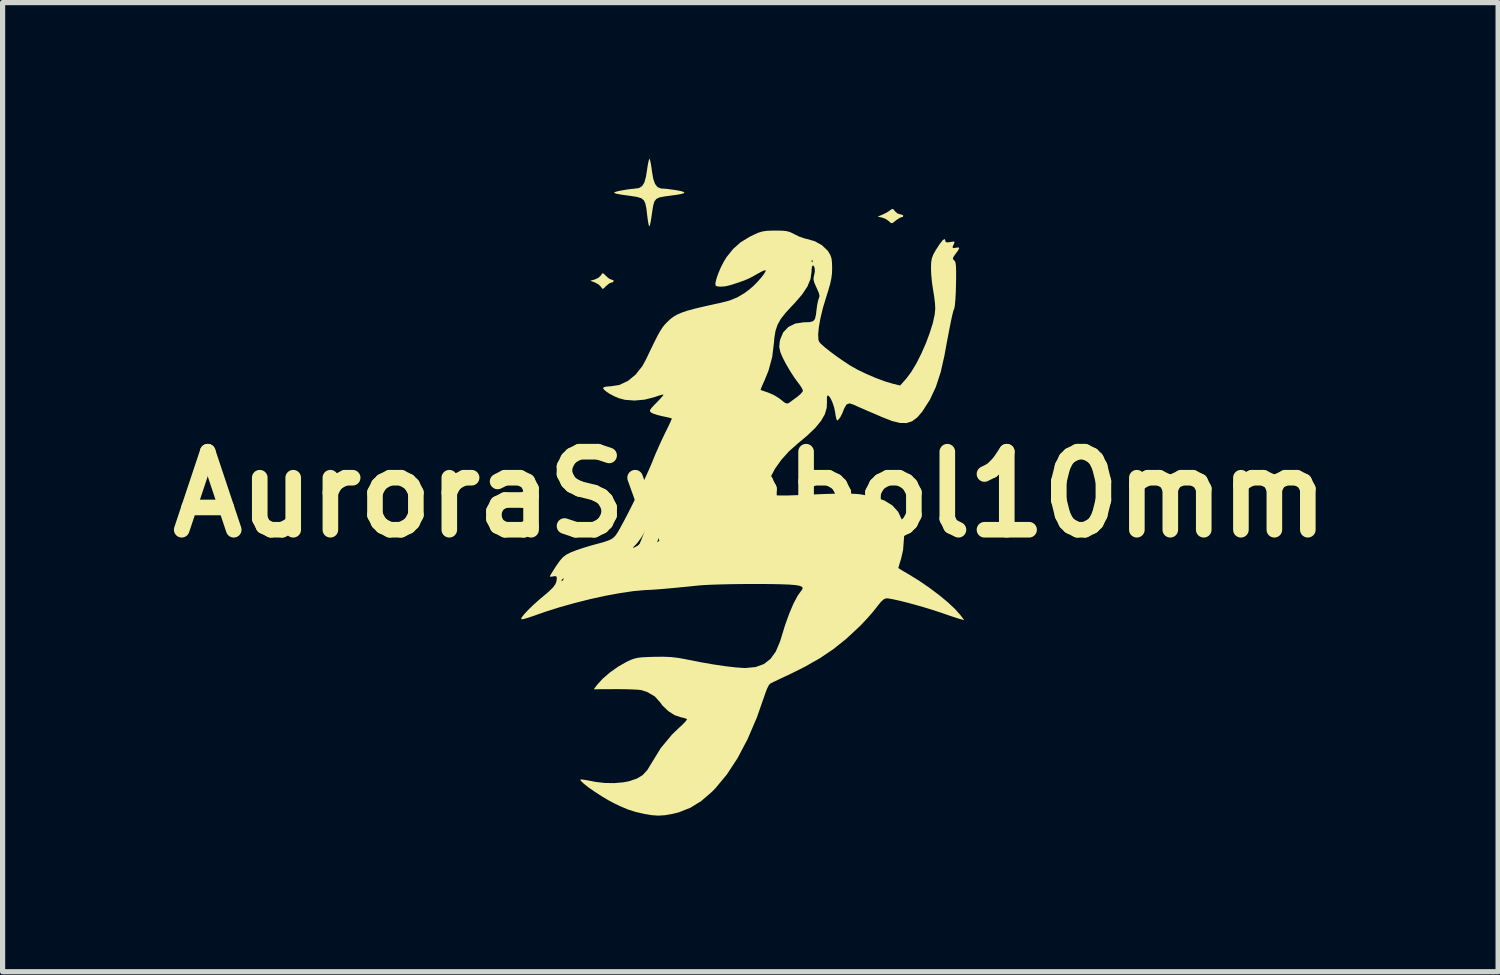
<source format=kicad_pcb>
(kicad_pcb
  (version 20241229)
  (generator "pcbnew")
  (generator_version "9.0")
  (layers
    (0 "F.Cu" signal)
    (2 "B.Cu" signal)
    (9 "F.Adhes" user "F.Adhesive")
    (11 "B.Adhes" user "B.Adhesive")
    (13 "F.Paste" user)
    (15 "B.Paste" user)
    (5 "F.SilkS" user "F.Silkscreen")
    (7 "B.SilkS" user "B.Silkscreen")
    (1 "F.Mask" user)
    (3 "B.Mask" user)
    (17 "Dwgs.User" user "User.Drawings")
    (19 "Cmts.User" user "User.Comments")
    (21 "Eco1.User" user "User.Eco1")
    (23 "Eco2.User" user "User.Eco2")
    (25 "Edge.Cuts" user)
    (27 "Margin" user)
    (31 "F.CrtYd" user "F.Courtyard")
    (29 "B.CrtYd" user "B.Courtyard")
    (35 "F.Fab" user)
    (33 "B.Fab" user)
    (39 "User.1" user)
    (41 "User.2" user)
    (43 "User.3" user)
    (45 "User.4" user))
  (footprint "AuroraSymbol10mm"
    (layer "F.Cu")
    (at 11.371 6.453)
    (property "Reference" "AuroraSymbol10mm" (at 0 0 0) (layer "F.SilkS") (effects (font (size 1.5 1.5) (thickness 0.3))))
    (attr board_only exclude_from_pos_files exclude_from_bom)
    (fp_poly (pts (xy 2.755 -5.476) (xy 2.777 -5.446) (xy 2.827 -5.401) (xy 2.871 -5.386) (xy 2.922 -5.373) (xy 2.939 -5.359) (xy 2.933 -5.335) (xy 2.916 -5.332) (xy 2.869 -5.315) (xy 2.807 -5.274) (xy 2.795 -5.264) (xy 2.741 -5.221) (xy 2.709 -5.213) (xy 2.679 -5.235) (xy 2.667 -5.249) (xy 2.605 -5.293) (xy 2.533 -5.321) (xy 2.447 -5.34) (xy 2.543 -5.379) (xy 2.621 -5.418) (xy 2.683 -5.458) (xy 2.687 -5.462) (xy 2.726 -5.489)) (stroke (width 0) (type solid)) (fill yes) (layer "F.SilkS"))
    (fp_poly (pts (xy -2.786 -4.211) (xy -2.774 -4.199) (xy -2.719 -4.151) (xy -2.671 -4.129) (xy -2.667 -4.129) (xy -2.63 -4.114) (xy -2.625 -4.101) (xy -2.647 -4.077) (xy -2.667 -4.074) (xy -2.713 -4.055) (xy -2.769 -4.009) (xy -2.774 -4.004) (xy -2.819 -3.959) (xy -2.844 -3.952) (xy -2.865 -3.98) (xy -2.868 -3.987) (xy -2.913 -4.033) (xy -2.982 -4.072) (xy -2.986 -4.074) (xy -3.076 -4.107) (xy -2.988 -4.132) (xy -2.917 -4.166) (xy -2.87 -4.212) (xy -2.869 -4.213) (xy -2.847 -4.248) (xy -2.825 -4.248)) (stroke (width 0) (type solid)) (fill yes) (layer "F.SilkS"))
    (fp_poly (pts (xy -1.928 -6.427) (xy -1.913 -6.36) (xy -1.897 -6.263) (xy -1.891 -6.213) (xy -1.866 -6.066) (xy -1.831 -5.967) (xy -1.784 -5.907) (xy -1.718 -5.881) (xy -1.677 -5.878) (xy -1.616 -5.874) (xy -1.523 -5.862) (xy -1.418 -5.847) (xy -1.319 -5.827) (xy -1.27 -5.809) (xy -1.274 -5.792) (xy -1.329 -5.774) (xy -1.438 -5.756) (xy -1.52 -5.745) (xy -1.653 -5.727) (xy -1.746 -5.709) (xy -1.807 -5.679) (xy -1.845 -5.629) (xy -1.868 -5.549) (xy -1.887 -5.429) (xy -1.899 -5.345) (xy -1.914 -5.248) (xy -1.929 -5.18) (xy -1.942 -5.152) (xy -1.945 -5.154) (xy -1.957 -5.194) (xy -1.97 -5.271) (xy -1.98 -5.345) (xy -1.997 -5.49) (xy -2.017 -5.589) (xy -2.047 -5.654) (xy -2.098 -5.694) (xy -2.178 -5.718) (xy -2.296 -5.737) (xy -2.343 -5.743) (xy -2.485 -5.763) (xy -2.575 -5.78) (xy -2.616 -5.795) (xy -2.61 -5.809) (xy -2.56 -5.825) (xy -2.488 -5.84) (xy -2.381 -5.859) (xy -2.282 -5.872) (xy -2.225 -5.877) (xy -2.14 -5.889) (xy -2.08 -5.926) (xy -2.037 -5.996) (xy -2.006 -6.108) (xy -1.989 -6.213) (xy -1.973 -6.32) (xy -1.957 -6.402) (xy -1.943 -6.447) (xy -1.939 -6.453)) (stroke (width 0) (type solid)) (fill yes) (layer "F.SilkS"))
    (fp_poly (pts (xy 0.604 -5.07) (xy 0.691 -5.062) (xy 0.759 -5.044) (xy 0.824 -5.014) (xy 0.848 -5.001) (xy 0.943 -4.954) (xy 1.04 -4.921) (xy 1.075 -4.913) (xy 1.236 -4.868) (xy 1.377 -4.79) (xy 1.484 -4.688) (xy 1.499 -4.667) (xy 1.538 -4.6) (xy 1.56 -4.535) (xy 1.57 -4.451) (xy 1.572 -4.349) (xy 1.569 -4.249) (xy 1.557 -4.153) (xy 1.534 -4.046) (xy 1.496 -3.913) (xy 1.454 -3.78) (xy 1.394 -3.582) (xy 1.349 -3.394) (xy 1.318 -3.225) (xy 1.304 -3.084) (xy 1.308 -2.98) (xy 1.319 -2.939) (xy 1.353 -2.897) (xy 1.426 -2.832) (xy 1.528 -2.751) (xy 1.652 -2.659) (xy 1.788 -2.564) (xy 1.925 -2.474) (xy 2.06 -2.398) (xy 2.228 -2.317) (xy 2.41 -2.239) (xy 2.585 -2.174) (xy 2.731 -2.13) (xy 2.879 -2.093) (xy 2.999 -2.229) (xy 3.093 -2.355) (xy 3.191 -2.518) (xy 3.286 -2.706) (xy 3.374 -2.906) (xy 3.449 -3.107) (xy 3.508 -3.296) (xy 3.544 -3.463) (xy 3.554 -3.572) (xy 3.549 -3.671) (xy 3.534 -3.797) (xy 3.514 -3.923) (xy 3.513 -3.928) (xy 3.492 -4.067) (xy 3.477 -4.219) (xy 3.472 -4.344) (xy 3.475 -4.456) (xy 3.488 -4.537) (xy 3.516 -4.611) (xy 3.566 -4.7) (xy 3.568 -4.703) (xy 3.642 -4.817) (xy 3.697 -4.886) (xy 3.732 -4.91) (xy 3.746 -4.885) (xy 3.746 -4.881) (xy 3.755 -4.851) (xy 3.791 -4.844) (xy 3.843 -4.852) (xy 3.906 -4.861) (xy 3.926 -4.853) (xy 3.915 -4.821) (xy 3.912 -4.815) (xy 3.886 -4.757) (xy 3.897 -4.734) (xy 3.948 -4.741) (xy 3.951 -4.741) (xy 4.001 -4.749) (xy 4.015 -4.734) (xy 3.993 -4.69) (xy 3.946 -4.626) (xy 3.903 -4.565) (xy 3.892 -4.529) (xy 3.91 -4.504) (xy 3.917 -4.499) (xy 3.934 -4.48) (xy 3.945 -4.444) (xy 3.952 -4.384) (xy 3.955 -4.292) (xy 3.955 -4.158) (xy 3.953 -4.045) (xy 3.949 -3.894) (xy 3.942 -3.76) (xy 3.933 -3.653) (xy 3.923 -3.585) (xy 3.917 -3.568) (xy 3.905 -3.538) (xy 3.891 -3.487) (xy 3.873 -3.41) (xy 3.85 -3.301) (xy 3.821 -3.154) (xy 3.785 -2.966) (xy 3.741 -2.729) (xy 3.733 -2.681) (xy 3.659 -2.352) (xy 3.566 -2.067) (xy 3.45 -1.819) (xy 3.308 -1.598) (xy 3.305 -1.593) (xy 3.208 -1.48) (xy 3.11 -1.407) (xy 3.002 -1.372) (xy 2.877 -1.374) (xy 2.725 -1.411) (xy 2.539 -1.484) (xy 2.535 -1.485) (xy 2.467 -1.515) (xy 2.369 -1.557) (xy 2.259 -1.604) (xy 2.242 -1.611) (xy 2.14 -1.656) (xy 2.052 -1.694) (xy 1.996 -1.721) (xy 1.989 -1.724) (xy 1.907 -1.751) (xy 1.848 -1.729) (xy 1.805 -1.655) (xy 1.802 -1.647) (xy 1.765 -1.554) (xy 1.724 -1.476) (xy 1.685 -1.43) (xy 1.668 -1.422) (xy 1.655 -1.446) (xy 1.64 -1.51) (xy 1.63 -1.577) (xy 1.612 -1.666) (xy 1.583 -1.756) (xy 1.549 -1.834) (xy 1.515 -1.887) (xy 1.487 -1.904) (xy 1.481 -1.9) (xy 1.472 -1.864) (xy 1.472 -1.798) (xy 1.473 -1.789) (xy 1.468 -1.664) (xy 1.431 -1.54) (xy 1.358 -1.413) (xy 1.246 -1.277) (xy 1.09 -1.128) (xy 0.909 -0.977) (xy 0.742 -0.828) (xy 0.596 -0.666) (xy 0.476 -0.497) (xy 0.388 -0.333) (xy 0.339 -0.181) (xy 0.33 -0.103) (xy 0.331 -0.064) (xy 0.342 -0.032) (xy 0.368 -0.009) (xy 0.415 0.007) (xy 0.487 0.017) (xy 0.591 0.02) (xy 0.732 0.019) (xy 0.916 0.013) (xy 1.148 0.003) (xy 1.176 0.002) (xy 1.43 -0.009) (xy 1.637 -0.015) (xy 1.804 -0.017) (xy 1.939 -0.015) (xy 2.049 -0.009) (xy 2.133 0.000054) (xy 2.379 0.047) (xy 2.578 0.117) (xy 2.731 0.212) (xy 2.842 0.335) (xy 2.914 0.49) (xy 2.949 0.678) (xy 2.955 0.812) (xy 2.936 1.066) (xy 2.899 1.23) (xy 2.871 1.32) (xy 2.852 1.386) (xy 2.844 1.414) (xy 2.844 1.414) (xy 2.866 1.429) (xy 2.924 1.465) (xy 3.008 1.514) (xy 3.042 1.534) (xy 3.239 1.655) (xy 3.436 1.79) (xy 3.623 1.93) (xy 3.792 2.069) (xy 3.931 2.199) (xy 4.031 2.311) (xy 4.033 2.313) (xy 4.11 2.414) (xy 4.044 2.398) (xy 3.993 2.383) (xy 3.903 2.354) (xy 3.788 2.315) (xy 3.664 2.272) (xy 3.518 2.224) (xy 3.355 2.174) (xy 3.185 2.125) (xy 3.019 2.08) (xy 2.867 2.042) (xy 2.74 2.014) (xy 2.649 1.998) (xy 2.619 1.996) (xy 2.572 2.01) (xy 2.517 2.056) (xy 2.447 2.141) (xy 2.428 2.167) (xy 2.352 2.262) (xy 2.252 2.376) (xy 2.144 2.492) (xy 2.087 2.548) (xy 1.843 2.775) (xy 1.599 2.97) (xy 1.341 3.145) (xy 1.054 3.308) (xy 0.797 3.437) (xy 0.663 3.5) (xy 0.545 3.556) (xy 0.452 3.6) (xy 0.395 3.628) (xy 0.383 3.634) (xy 0.353 3.669) (xy 0.318 3.741) (xy 0.29 3.816) (xy 0.126 4.285) (xy -0.052 4.701) (xy -0.245 5.067) (xy -0.452 5.383) (xy -0.675 5.651) (xy -0.737 5.714) (xy -0.943 5.892) (xy -1.153 6.022) (xy -1.377 6.11) (xy -1.49 6.138) (xy -1.643 6.165) (xy -1.772 6.173) (xy -1.904 6.163) (xy -2.037 6.14) (xy -2.206 6.101) (xy -2.354 6.054) (xy -2.506 5.99) (xy -2.611 5.939) (xy -2.73 5.876) (xy -2.86 5.798) (xy -2.99 5.714) (xy -3.107 5.633) (xy -3.197 5.562) (xy -3.241 5.521) (xy -3.263 5.497) (xy -3.268 5.482) (xy -3.251 5.477) (xy -3.203 5.482) (xy -3.117 5.497) (xy -2.986 5.522) (xy -2.972 5.525) (xy -2.803 5.545) (xy -2.618 5.548) (xy -2.441 5.533) (xy -2.332 5.512) (xy -2.181 5.461) (xy -2.07 5.394) (xy -1.98 5.297) (xy -1.903 5.17) (xy -1.721 4.874) (xy -1.504 4.613) (xy -1.379 4.493) (xy -1.301 4.421) (xy -1.245 4.362) (xy -1.218 4.326) (xy -1.217 4.319) (xy -1.249 4.303) (xy -1.315 4.286) (xy -1.334 4.283) (xy -1.455 4.242) (xy -1.578 4.163) (xy -1.687 4.059) (xy -1.736 3.993) (xy -1.835 3.883) (xy -1.976 3.8) (xy -2.092 3.761) (xy -2.147 3.754) (xy -2.246 3.748) (xy -2.375 3.744) (xy -2.523 3.742) (xy -2.591 3.742) (xy -3.009 3.744) (xy -2.938 3.651) (xy -2.834 3.538) (xy -2.696 3.419) (xy -2.54 3.309) (xy -2.384 3.22) (xy -2.304 3.182) (xy -2.236 3.157) (xy -2.166 3.14) (xy -2.08 3.13) (xy -1.963 3.124) (xy -1.857 3.121) (xy -1.676 3.119) (xy -1.527 3.125) (xy -1.387 3.141) (xy -1.234 3.169) (xy -1.227 3.171) (xy -0.962 3.223) (xy -0.71 3.267) (xy -0.48 3.301) (xy -0.282 3.324) (xy -0.124 3.335) (xy -0.088 3.335) (xy 0.102 3.317) (xy 0.259 3.26) (xy 0.387 3.161) (xy 0.49 3.018) (xy 0.571 2.826) (xy 0.591 2.761) (xy 0.669 2.507) (xy 0.751 2.281) (xy 0.832 2.091) (xy 0.911 1.944) (xy 0.976 1.854) (xy 1 1.821) (xy 1.005 1.793) (xy 0.986 1.771) (xy 0.939 1.754) (xy 0.86 1.741) (xy 0.744 1.732) (xy 0.588 1.726) (xy 0.387 1.722) (xy 0.138 1.721) (xy 0.027 1.721) (xy -0.186 1.722) (xy -0.4 1.725) (xy -0.602 1.73) (xy -0.781 1.736) (xy -0.924 1.744) (xy -0.998 1.75) (xy -1.23 1.774) (xy -1.417 1.792) (xy -1.568 1.806) (xy -1.692 1.817) (xy -1.799 1.825) (xy -1.897 1.832) (xy -1.997 1.837) (xy -2.037 1.839) (xy -2.248 1.858) (xy -2.499 1.895) (xy -2.777 1.946) (xy -3.071 2.01) (xy -3.369 2.085) (xy -3.66 2.166) (xy -3.932 2.252) (xy -3.992 2.273) (xy -4.157 2.331) (xy -4.276 2.371) (xy -4.354 2.394) (xy -4.395 2.399) (xy -4.406 2.387) (xy -4.39 2.358) (xy -4.354 2.312) (xy -4.332 2.286) (xy -4.265 2.214) (xy -4.169 2.122) (xy -4.06 2.024) (xy -3.987 1.963) (xy -3.872 1.865) (xy -3.794 1.789) (xy -3.747 1.725) (xy -3.725 1.666) (xy -3.63 1.666) (xy -3.626 1.668) (xy -3.601 1.649) (xy -3.595 1.64) (xy -3.588 1.615) (xy -3.592 1.613) (xy -3.617 1.632) (xy -3.623 1.64) (xy -3.63 1.666) (xy -3.725 1.666) (xy -3.725 1.665) (xy -3.719 1.606) (xy -3.73 1.572) (xy -3.773 1.571) (xy -3.787 1.575) (xy -3.837 1.582) (xy -3.855 1.576) (xy -3.841 1.548) (xy -3.803 1.486) (xy -3.749 1.402) (xy -3.729 1.37) (xy -3.659 1.271) (xy -3.601 1.205) (xy -3.537 1.157) (xy -3.454 1.115) (xy -3.435 1.107) (xy -3.336 1.069) (xy -3.205 1.025) (xy -2.254 1.025) (xy -2.241 1.034) (xy -2.193 1.028) (xy -2.104 1.008) (xy -1.99 0.98) (xy -1.882 0.95) (xy -1.8 0.921) (xy -1.755 0.897) (xy -1.75 0.888) (xy -1.761 0.843) (xy -1.789 0.778) (xy -1.789 0.777) (xy -1.828 0.691) (xy -1.858 0.619) (xy -1.883 0.573) (xy -1.913 0.566) (xy -1.953 0.6) (xy -2.007 0.68) (xy -2.046 0.747) (xy -2.104 0.84) (xy -2.167 0.926) (xy -2.201 0.964) (xy -2.239 1.002) (xy -2.254 1.025) (xy -3.205 1.025) (xy -3.204 1.025) (xy -3.059 0.981) (xy -2.967 0.956) (xy -2.83 0.919) (xy -2.736 0.888) (xy -2.671 0.859) (xy -2.624 0.824) (xy -2.59 0.788) (xy -2.552 0.732) (xy -2.496 0.635) (xy -2.426 0.505) (xy -2.345 0.35) (xy -2.259 0.179) (xy -2.171 -0.000466) (xy -2.085 -0.179) (xy -2.006 -0.35) (xy -1.937 -0.503) (xy -1.883 -0.63) (xy -1.875 -0.652) (xy -1.816 -0.794) (xy -1.744 -0.957) (xy -1.67 -1.115) (xy -1.638 -1.182) (xy -1.584 -1.291) (xy -1.541 -1.381) (xy -1.515 -1.441) (xy -1.509 -1.461) (xy -1.538 -1.47) (xy -1.606 -1.486) (xy -1.688 -1.503) (xy -1.786 -1.527) (xy -1.867 -1.554) (xy -1.907 -1.574) (xy -1.928 -1.596) (xy -1.928 -1.622) (xy -1.9 -1.662) (xy -1.84 -1.727) (xy -1.811 -1.756) (xy -1.742 -1.828) (xy -1.691 -1.885) (xy -1.668 -1.916) (xy -1.668 -1.918) (xy -1.691 -1.918) (xy -1.753 -1.901) (xy -1.839 -1.872) (xy -1.847 -1.869) (xy -2.032 -1.822) (xy -2.227 -1.805) (xy -2.412 -1.819) (xy -2.519 -1.847) (xy -2.615 -1.887) (xy -2.706 -1.935) (xy -2.779 -1.985) (xy -2.805 -2.01) (xy 0.198 -2.01) (xy 0.198 -2.009) (xy 0.226 -1.998) (xy 0.289 -1.976) (xy 0.345 -1.957) (xy 0.452 -1.911) (xy 0.556 -1.847) (xy 0.591 -1.819) (xy 0.659 -1.765) (xy 0.703 -1.746) (xy 0.737 -1.756) (xy 0.741 -1.759) (xy 0.788 -1.793) (xy 0.859 -1.845) (xy 0.897 -1.873) (xy 0.962 -1.927) (xy 1.003 -1.975) (xy 1.011 -1.993) (xy 0.995 -2.035) (xy 0.954 -2.1) (xy 0.921 -2.143) (xy 0.845 -2.247) (xy 0.763 -2.374) (xy 0.685 -2.508) (xy 0.62 -2.633) (xy 0.578 -2.733) (xy 0.575 -2.742) (xy 0.556 -2.834) (xy 0.564 -2.931) (xy 0.574 -2.978) (xy 0.632 -3.116) (xy 0.731 -3.219) (xy 0.865 -3.285) (xy 1.03 -3.309) (xy 1.036 -3.309) (xy 1.141 -3.312) (xy 1.206 -3.33) (xy 1.242 -3.373) (xy 1.261 -3.452) (xy 1.27 -3.533) (xy 1.284 -3.636) (xy 1.301 -3.722) (xy 1.318 -3.773) (xy 1.318 -3.773) (xy 1.33 -3.813) (xy 1.317 -3.871) (xy 1.278 -3.961) (xy 1.272 -3.973) (xy 1.231 -4.066) (xy 1.214 -4.13) (xy 1.218 -4.184) (xy 1.225 -4.208) (xy 1.24 -4.284) (xy 1.236 -4.352) (xy 1.216 -4.396) (xy 1.2 -4.402) (xy 1.185 -4.378) (xy 1.177 -4.316) (xy 1.176 -4.28) (xy 1.157 -4.142) (xy 1.098 -3.998) (xy 0.995 -3.843) (xy 0.847 -3.672) (xy 0.811 -3.635) (xy 0.68 -3.494) (xy 0.586 -3.374) (xy 0.523 -3.261) (xy 0.483 -3.142) (xy 0.461 -3.005) (xy 0.455 -2.926) (xy 0.42 -2.639) (xy 0.348 -2.377) (xy 0.272 -2.19) (xy 0.233 -2.103) (xy 0.206 -2.039) (xy 0.198 -2.01) (xy -2.805 -2.01) (xy -2.823 -2.027) (xy -2.829 -2.052) (xy -2.794 -2.068) (xy -2.725 -2.077) (xy -2.69 -2.078) (xy -2.518 -2.104) (xy -2.354 -2.181) (xy -2.205 -2.303) (xy -2.077 -2.465) (xy -2.007 -2.592) (xy -1.915 -2.785) (xy -1.841 -2.936) (xy -1.783 -3.051) (xy -1.734 -3.138) (xy -1.692 -3.204) (xy -1.653 -3.255) (xy -1.612 -3.299) (xy -1.604 -3.308) (xy -1.542 -3.366) (xy -1.478 -3.415) (xy -1.407 -3.457) (xy -1.319 -3.495) (xy -1.21 -3.532) (xy -1.07 -3.57) (xy -0.893 -3.612) (xy -0.673 -3.661) (xy -0.588 -3.679) (xy -0.404 -3.726) (xy -0.252 -3.787) (xy -0.112 -3.87) (xy -0.017 -3.941) (xy 0.061 -4.009) (xy 0.14 -4.089) (xy 0.21 -4.169) (xy 0.264 -4.239) (xy 0.293 -4.291) (xy 0.293 -4.31) (xy 0.263 -4.305) (xy 0.201 -4.276) (xy 0.12 -4.231) (xy 0.118 -4.23) (xy 0.036 -4.183) (xy -0.042 -4.144) (xy -0.13 -4.108) (xy -0.243 -4.068) (xy -0.385 -4.023) (xy -0.481 -4) (xy -0.572 -3.993) (xy -0.641 -4) (xy -0.668 -4.016) (xy -0.671 -4.063) (xy -0.652 -4.145) (xy -0.616 -4.249) (xy -0.568 -4.362) (xy -0.512 -4.471) (xy -0.504 -4.484) (xy 1.176 -4.484) (xy 1.186 -4.461) (xy 1.194 -4.466) (xy 1.197 -4.498) (xy 1.194 -4.502) (xy 1.178 -4.498) (xy 1.176 -4.484) (xy -0.504 -4.484) (xy -0.459 -4.558) (xy -0.33 -4.719) (xy -0.187 -4.846) (xy -0.012 -4.953) (xy 0.055 -4.986) (xy 0.15 -5.029) (xy 0.23 -5.054) (xy 0.317 -5.067) (xy 0.431 -5.071) (xy 0.478 -5.071)) (stroke (width 0) (type solid)) (fill yes) (layer "F.SilkS")))
  (gr_rect
    (start -3 -3)
    (end 25.743 15.626)
    (stroke (width 0.1) (type default))
    (fill no)
    (layer "Edge.Cuts")))
</source>
